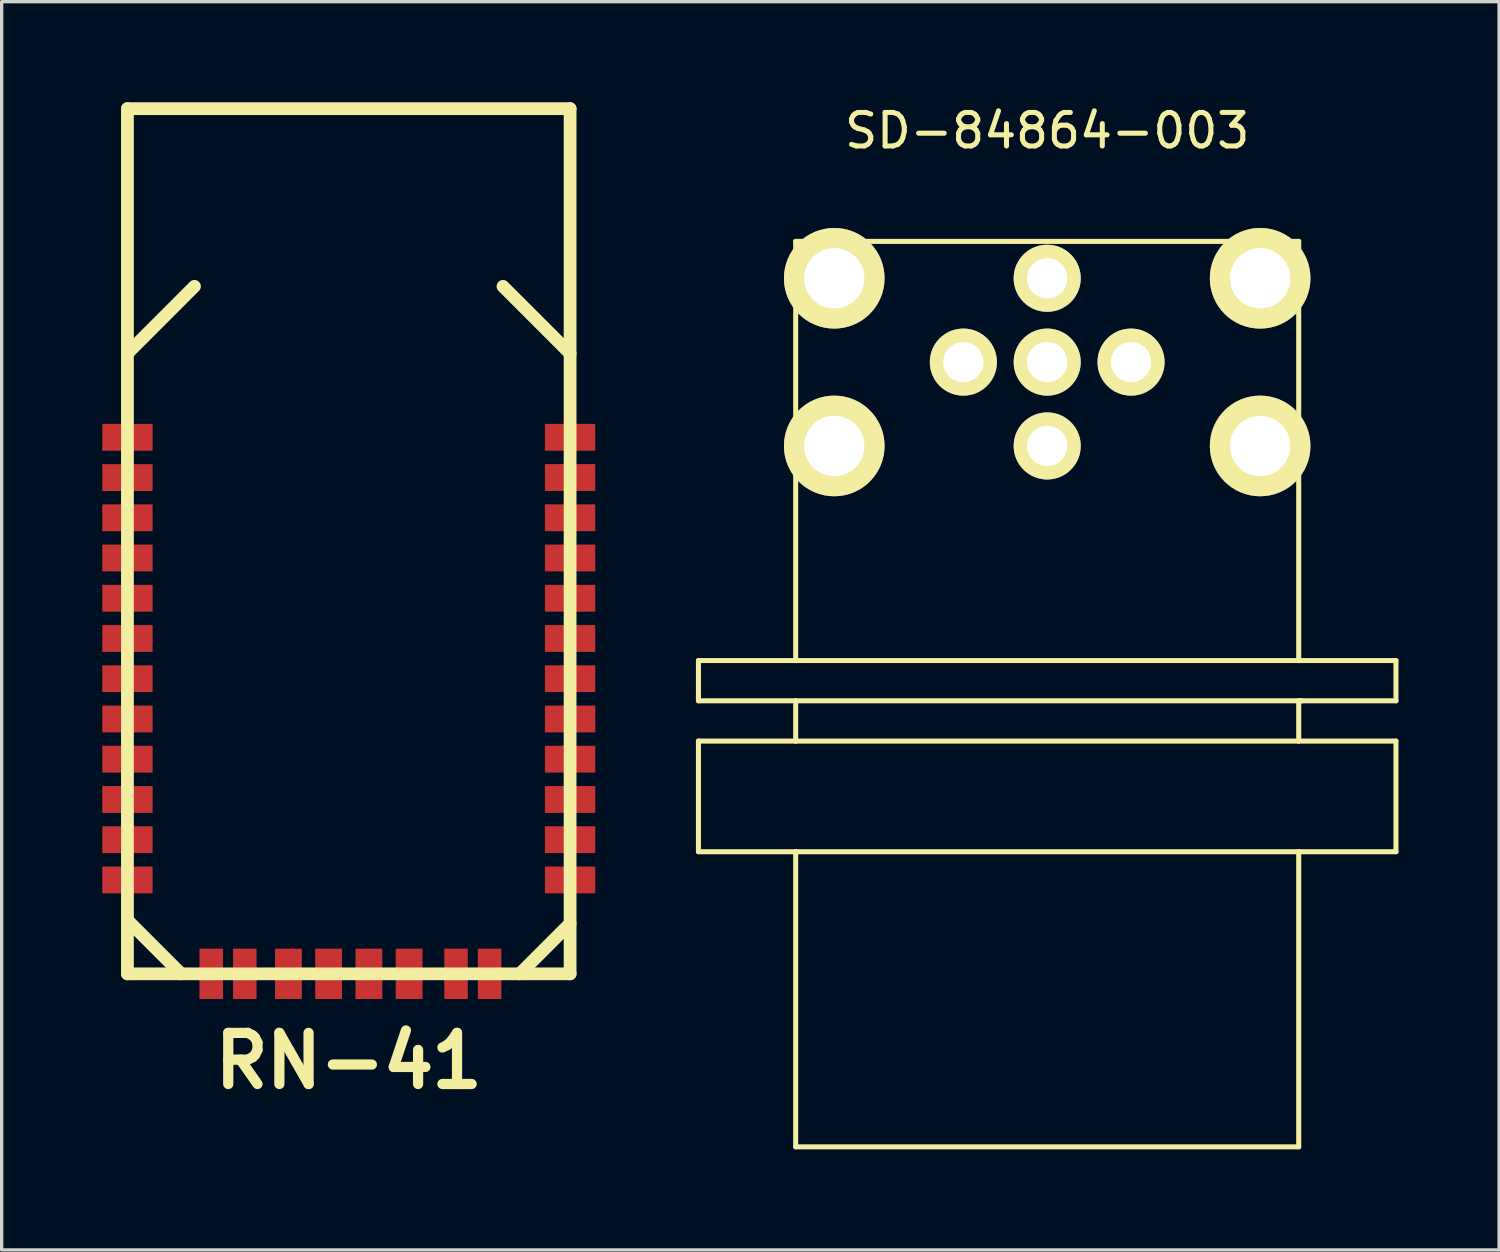
<source format=kicad_pcb>
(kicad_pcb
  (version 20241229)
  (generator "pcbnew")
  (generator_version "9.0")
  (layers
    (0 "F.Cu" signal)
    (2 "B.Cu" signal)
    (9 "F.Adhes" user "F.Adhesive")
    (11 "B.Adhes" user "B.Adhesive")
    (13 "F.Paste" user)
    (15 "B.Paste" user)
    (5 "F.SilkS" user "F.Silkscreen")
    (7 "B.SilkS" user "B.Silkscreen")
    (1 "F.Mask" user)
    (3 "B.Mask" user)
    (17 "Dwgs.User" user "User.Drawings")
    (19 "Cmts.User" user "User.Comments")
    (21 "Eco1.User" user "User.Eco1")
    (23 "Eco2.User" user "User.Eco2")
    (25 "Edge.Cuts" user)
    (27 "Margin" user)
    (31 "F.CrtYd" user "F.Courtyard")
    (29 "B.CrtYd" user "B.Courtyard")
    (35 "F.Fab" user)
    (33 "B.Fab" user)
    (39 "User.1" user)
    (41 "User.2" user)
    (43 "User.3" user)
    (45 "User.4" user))
  (footprint "RN-41"
    (layer "F.Cu")
    (at 7.349 13.086)
    (property "Reference" "RN-41" (at 0 15.499 0) (layer "F.SilkS") (effects (font (size 1.524 1.524) (thickness 0.305))))
    (attr through_hole)
    (fp_line (start -6.599 -12.896) (end 6.601 -12.896) (stroke (width 0.381) (type solid)) (layer "F.SilkS"))
    (fp_line (start -6.599 -5.596) (end -4.6 -7.597) (stroke (width 0.381) (type solid)) (layer "F.SilkS"))
    (fp_line (start -6.599 12.903) (end -6.599 -12.896) (stroke (width 0.381) (type solid)) (layer "F.SilkS"))
    (fp_line (start -4.999 12.903) (end -6.599 11.303) (stroke (width 0.381) (type solid)) (layer "F.SilkS"))
    (fp_line (start 5.1 12.903) (end 6.601 11.402) (stroke (width 0.381) (type solid)) (layer "F.SilkS"))
    (fp_line (start 6.601 -12.896) (end 6.601 12.903) (stroke (width 0.381) (type solid)) (layer "F.SilkS"))
    (fp_line (start 6.601 -5.596) (end 4.6 -7.597) (stroke (width 0.381) (type solid)) (layer "F.SilkS"))
    (fp_line (start 6.601 12.903) (end -6.599 12.903) (stroke (width 0.381) (type solid)) (layer "F.SilkS"))
    (pad "1" smd rect (at -6.599 -3.096) (size 1.501 0.8) (layers "F.Cu" "F.Mask" "F.Paste"))
    (pad "2" smd rect (at -6.599 -1.895) (size 1.501 0.8) (layers "F.Cu" "F.Mask" "F.Paste"))
    (pad "3" smd rect (at -6.599 -0.696) (size 1.501 0.8) (layers "F.Cu" "F.Mask" "F.Paste"))
    (pad "4" smd rect (at -6.599 0.503) (size 1.501 0.8) (layers "F.Cu" "F.Mask" "F.Paste"))
    (pad "5" smd rect (at -6.599 1.704) (size 1.501 0.8) (layers "F.Cu" "F.Mask" "F.Paste"))
    (pad "6" smd rect (at -6.599 2.903) (size 1.501 0.8) (layers "F.Cu" "F.Mask" "F.Paste"))
    (pad "7" smd rect (at -6.599 4.102) (size 1.501 0.8) (layers "F.Cu" "F.Mask" "F.Paste"))
    (pad "8" smd rect (at -6.599 5.304) (size 1.501 0.8) (layers "F.Cu" "F.Mask" "F.Paste"))
    (pad "9" smd rect (at -6.599 6.502) (size 1.501 0.8) (layers "F.Cu" "F.Mask" "F.Paste"))
    (pad "10" smd rect (at -6.599 7.704) (size 1.501 0.8) (layers "F.Cu" "F.Mask" "F.Paste"))
    (pad "11" smd rect (at -6.599 8.903) (size 1.501 0.8) (layers "F.Cu" "F.Mask" "F.Paste"))
    (pad "12" smd rect (at -6.599 10.104) (size 1.501 0.8) (layers "F.Cu" "F.Mask" "F.Paste"))
    (pad "13" smd rect (at 6.601 10.104) (size 1.501 0.8) (layers "F.Cu" "F.Mask" "F.Paste"))
    (pad "14" smd rect (at 6.601 8.903) (size 1.501 0.8) (layers "F.Cu" "F.Mask" "F.Paste"))
    (pad "15" smd rect (at 6.601 7.704) (size 1.501 0.8) (layers "F.Cu" "F.Mask" "F.Paste"))
    (pad "16" smd rect (at 6.601 6.502) (size 1.501 0.8) (layers "F.Cu" "F.Mask" "F.Paste"))
    (pad "17" smd rect (at 6.601 5.304) (size 1.501 0.8) (layers "F.Cu" "F.Mask" "F.Paste"))
    (pad "18" smd rect (at 6.601 4.102) (size 1.501 0.8) (layers "F.Cu" "F.Mask" "F.Paste"))
    (pad "19" smd rect (at 6.601 2.903) (size 1.501 0.8) (layers "F.Cu" "F.Mask" "F.Paste"))
    (pad "20" smd rect (at 6.601 1.704) (size 1.501 0.8) (layers "F.Cu" "F.Mask" "F.Paste"))
    (pad "21" smd rect (at 6.601 0.503) (size 1.501 0.8) (layers "F.Cu" "F.Mask" "F.Paste"))
    (pad "22" smd rect (at 6.601 -0.696) (size 1.501 0.8) (layers "F.Cu" "F.Mask" "F.Paste"))
    (pad "23" smd rect (at 6.601 -1.897) (size 1.501 0.8) (layers "F.Cu" "F.Mask" "F.Paste"))
    (pad "24" smd rect (at 6.601 -3.096) (size 1.501 0.8) (layers "F.Cu" "F.Mask" "F.Paste"))
    (pad "28" smd rect (at 3.2 12.903) (size 0.701 1.501) (layers "F.Cu" "F.Mask" "F.Paste"))
    (pad "29" smd rect (at -3.099 12.903) (size 0.701 1.501) (layers "F.Cu" "F.Mask" "F.Paste"))
    (pad "30" smd rect (at 4.201 12.903) (size 0.701 1.501) (layers "F.Cu" "F.Mask" "F.Paste"))
    (pad "31" smd rect (at 1.801 12.903) (size 0.8 1.501) (layers "F.Cu" "F.Mask" "F.Paste"))
    (pad "32" smd rect (at 0.602 12.903) (size 0.8 1.501) (layers "F.Cu" "F.Mask" "F.Paste"))
    (pad "33" smd rect (at -0.599 12.903) (size 0.8 1.501) (layers "F.Cu" "F.Mask" "F.Paste"))
    (pad "34" smd rect (at -1.798 12.903) (size 0.8 1.501) (layers "F.Cu" "F.Mask" "F.Paste"))
    (pad "35" smd rect (at -4.1 12.903) (size 0.701 1.501) (layers "F.Cu" "F.Mask" "F.Paste")))
  (footprint "SD-84864-003"
    (layer "F.Cu")
    (at 28.177 7.748)
    (property "Reference" "SD-84864-003" (at 0 -6.9 0) (layer "F.SilkS") (effects (font (size 1 1) (thickness 0.15))))
    (attr through_hole)
    (fp_line (start -10.4 8.9) (end -10.4 10.1) (stroke (width 0.15) (type solid)) (layer "F.SilkS"))
    (fp_line (start -10.4 10.1) (end -7.5 10.1) (stroke (width 0.15) (type solid)) (layer "F.SilkS"))
    (fp_line (start -10.4 11.3) (end -10.4 14.6) (stroke (width 0.15) (type solid)) (layer "F.SilkS"))
    (fp_line (start -10.4 14.6) (end -7.5 14.6) (stroke (width 0.15) (type solid)) (layer "F.SilkS"))
    (fp_line (start -7.5 -3.6) (end -7.5 8.9) (stroke (width 0.15) (type solid)) (layer "F.SilkS"))
    (fp_line (start -7.5 8.9) (end -10.4 8.9) (stroke (width 0.15) (type solid)) (layer "F.SilkS"))
    (fp_line (start -7.5 10.1) (end -7.5 11.3) (stroke (width 0.15) (type solid)) (layer "F.SilkS"))
    (fp_line (start -7.5 10.1) (end 7.6 10.1) (stroke (width 0.15) (type solid)) (layer "F.SilkS"))
    (fp_line (start -7.5 11.3) (end -10.4 11.3) (stroke (width 0.15) (type solid)) (layer "F.SilkS"))
    (fp_line (start -7.5 11.3) (end 7.5 11.3) (stroke (width 0.15) (type solid)) (layer "F.SilkS"))
    (fp_line (start -7.5 14.6) (end -7.5 23.4) (stroke (width 0.15) (type solid)) (layer "F.SilkS"))
    (fp_line (start -7.5 14.6) (end 7.5 14.6) (stroke (width 0.15) (type solid)) (layer "F.SilkS"))
    (fp_line (start -7.5 23.4) (end 7.5 23.4) (stroke (width 0.15) (type solid)) (layer "F.SilkS"))
    (fp_line (start 7.5 -3.6) (end -7.5 -3.6) (stroke (width 0.15) (type solid)) (layer "F.SilkS"))
    (fp_line (start 7.5 8.9) (end -7.5 8.9) (stroke (width 0.15) (type solid)) (layer "F.SilkS"))
    (fp_line (start 7.5 8.9) (end 7.5 -3.6) (stroke (width 0.15) (type solid)) (layer "F.SilkS"))
    (fp_line (start 7.5 10.1) (end 10.4 10.1) (stroke (width 0.15) (type solid)) (layer "F.SilkS"))
    (fp_line (start 7.5 11.3) (end 7.5 10.1) (stroke (width 0.15) (type solid)) (layer "F.SilkS"))
    (fp_line (start 7.5 14.6) (end 10.4 14.6) (stroke (width 0.15) (type solid)) (layer "F.SilkS"))
    (fp_line (start 7.5 23.4) (end 7.5 14.6) (stroke (width 0.15) (type solid)) (layer "F.SilkS"))
    (fp_line (start 10.4 8.9) (end 7.5 8.9) (stroke (width 0.15) (type solid)) (layer "F.SilkS"))
    (fp_line (start 10.4 10.1) (end 10.4 8.9) (stroke (width 0.15) (type solid)) (layer "F.SilkS"))
    (fp_line (start 10.4 11.3) (end 7.5 11.3) (stroke (width 0.15) (type solid)) (layer "F.SilkS"))
    (fp_line (start 10.4 14.6) (end 10.4 11.3) (stroke (width 0.15) (type solid)) (layer "F.SilkS"))
    (pad "1" thru_hole circle (at 0 2.5) (size 2 2) (drill 1.2) (layers "*.Cu" "*.Mask" "F.SilkS"))
    (pad "2" thru_hole circle (at 2.5 0) (size 2 2) (drill 1.2) (layers "*.Cu" "*.Mask" "F.SilkS"))
    (pad "3" thru_hole circle (at 0 -2.5) (size 2 2) (drill 1.2) (layers "*.Cu" "*.Mask" "F.SilkS"))
    (pad "4" thru_hole circle (at -2.5 0) (size 2 2) (drill 1.2) (layers "*.Cu" "*.Mask" "F.SilkS"))
    (pad "5" thru_hole circle (at 0 0) (size 2 2) (drill 1.2) (layers "*.Cu" "*.Mask" "F.SilkS"))
    (pad "6" thru_hole circle (at -6.35 -2.5) (size 3 3) (drill 1.8) (layers "*.Cu" "*.Mask" "F.SilkS"))
    (pad "6" thru_hole circle (at -6.35 2.5) (size 3 3) (drill 1.8) (layers "*.Cu" "*.Mask" "F.SilkS"))
    (pad "6" thru_hole circle (at 6.35 -2.5) (size 3 3) (drill 1.8) (layers "*.Cu" "*.Mask" "F.SilkS"))
    (pad "6" thru_hole circle (at 6.35 2.5) (size 3 3) (drill 1.8) (layers "*.Cu" "*.Mask" "F.SilkS")))
  (gr_rect
    (start -3 -3)
    (end 41.652 34.223)
    (stroke (width 0.1) (type default))
    (fill no)
    (layer "Edge.Cuts")))
</source>
